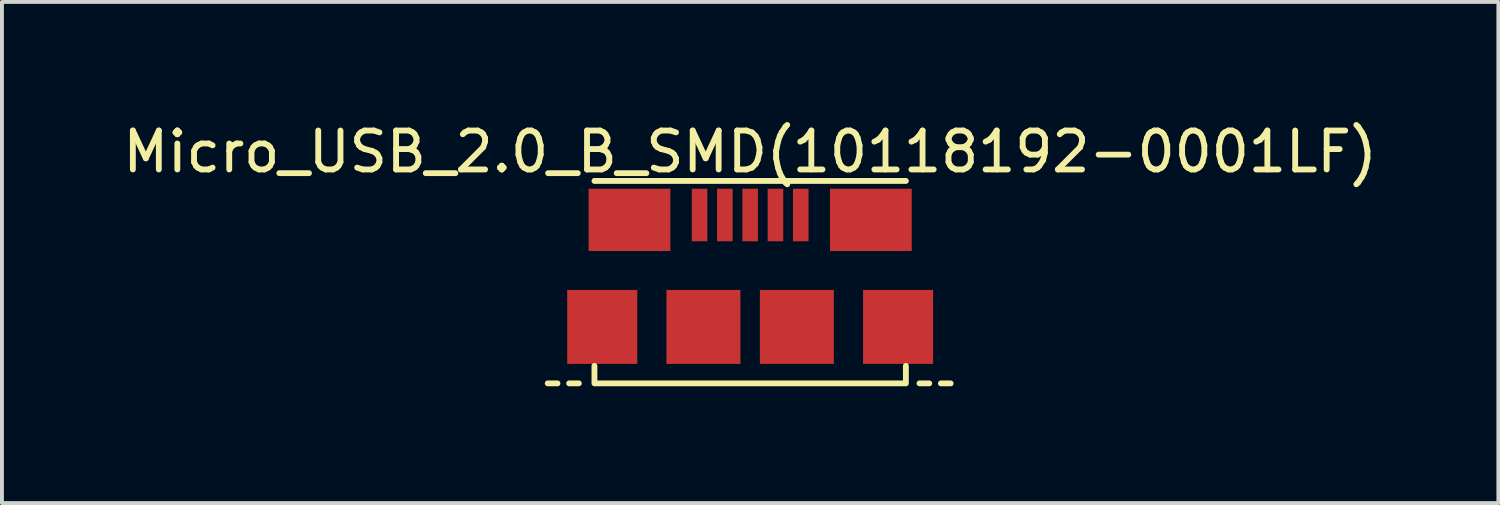
<source format=kicad_pcb>
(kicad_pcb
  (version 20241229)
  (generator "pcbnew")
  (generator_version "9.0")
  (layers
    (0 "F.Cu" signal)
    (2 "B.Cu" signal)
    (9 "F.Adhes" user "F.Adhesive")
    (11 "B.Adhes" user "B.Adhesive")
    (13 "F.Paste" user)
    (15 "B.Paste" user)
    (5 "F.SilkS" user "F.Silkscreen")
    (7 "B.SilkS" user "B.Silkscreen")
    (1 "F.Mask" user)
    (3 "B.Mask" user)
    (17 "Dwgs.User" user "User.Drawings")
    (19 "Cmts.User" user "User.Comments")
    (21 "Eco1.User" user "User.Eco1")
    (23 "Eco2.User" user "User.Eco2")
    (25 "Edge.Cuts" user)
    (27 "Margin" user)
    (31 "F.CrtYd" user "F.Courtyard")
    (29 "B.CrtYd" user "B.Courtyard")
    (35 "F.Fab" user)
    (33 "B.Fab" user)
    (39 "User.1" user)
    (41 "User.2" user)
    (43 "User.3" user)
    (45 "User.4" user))
  (footprint "Micro_USB_2.0_B_SMD(10118192-0001LF)"
    (layer "F.Cu")
    (at 16.22 5.348)
    (property "Reference" "Micro_USB_2.0_B_SMD(10118192-0001LF)" (at 0 -4.5 0) (layer "F.SilkS") (effects (font (size 1 1) (thickness 0.15))))
    (attr through_hole)
    (fp_line (start -4.95 1.45) (end -5.2 1.45) (stroke (width 0.15) (type solid)) (layer "F.SilkS"))
    (fp_line (start -4.4 1.45) (end -4.65 1.45) (stroke (width 0.15) (type solid)) (layer "F.SilkS"))
    (fp_line (start -4 -3.75) (end 4 -3.75) (stroke (width 0.15) (type solid)) (layer "F.SilkS"))
    (fp_line (start -4 1.4) (end -4 1) (stroke (width 0.15) (type solid)) (layer "F.SilkS"))
    (fp_line (start -4 1.45) (end 4 1.45) (stroke (width 0.15) (type solid)) (layer "F.SilkS"))
    (fp_line (start 4 1.4) (end 4 1) (stroke (width 0.15) (type solid)) (layer "F.SilkS"))
    (fp_line (start 4.35 1.45) (end 4.6 1.45) (stroke (width 0.15) (type solid)) (layer "F.SilkS"))
    (fp_line (start 4.9 1.45) (end 5.15 1.45) (stroke (width 0.15) (type solid)) (layer "F.SilkS"))
    (pad "" smd rect (at -3.8 0) (size 1.8 1.9) (layers "F.Cu" "F.Mask" "F.Paste"))
    (pad "" smd rect (at -3.1 -2.75) (size 2.1 1.6) (layers "F.Cu" "F.Mask" "F.Paste"))
    (pad "" smd rect (at -1.2 0) (size 1.9 1.9) (layers "F.Cu" "F.Mask" "F.Paste"))
    (pad "" smd rect (at 1.2 0) (size 1.9 1.9) (layers "F.Cu" "F.Mask" "F.Paste"))
    (pad "" smd rect (at 3.1 -2.75) (size 2.1 1.6) (layers "F.Cu" "F.Mask" "F.Paste"))
    (pad "" smd rect (at 3.8 0) (size 1.8 1.9) (layers "F.Cu" "F.Mask" "F.Paste"))
    (pad "1" smd rect (at -1.3 -2.875) (size 0.4 1.35) (layers "F.Cu" "F.Mask" "F.Paste"))
    (pad "2" smd rect (at -0.65 -2.875) (size 0.4 1.35) (layers "F.Cu" "F.Mask" "F.Paste"))
    (pad "3" smd rect (at 0 -2.875) (size 0.4 1.35) (layers "F.Cu" "F.Mask" "F.Paste"))
    (pad "4" smd rect (at 0.65 -2.875) (size 0.4 1.35) (layers "F.Cu" "F.Mask" "F.Paste"))
    (pad "5" smd rect (at 1.3 -2.875) (size 0.4 1.35) (layers "F.Cu" "F.Mask" "F.Paste")))
  (gr_rect
    (start -3 -3)
    (end 35.44 9.873)
    (stroke (width 0.1) (type default))
    (fill no)
    (layer "Edge.Cuts")))
</source>
